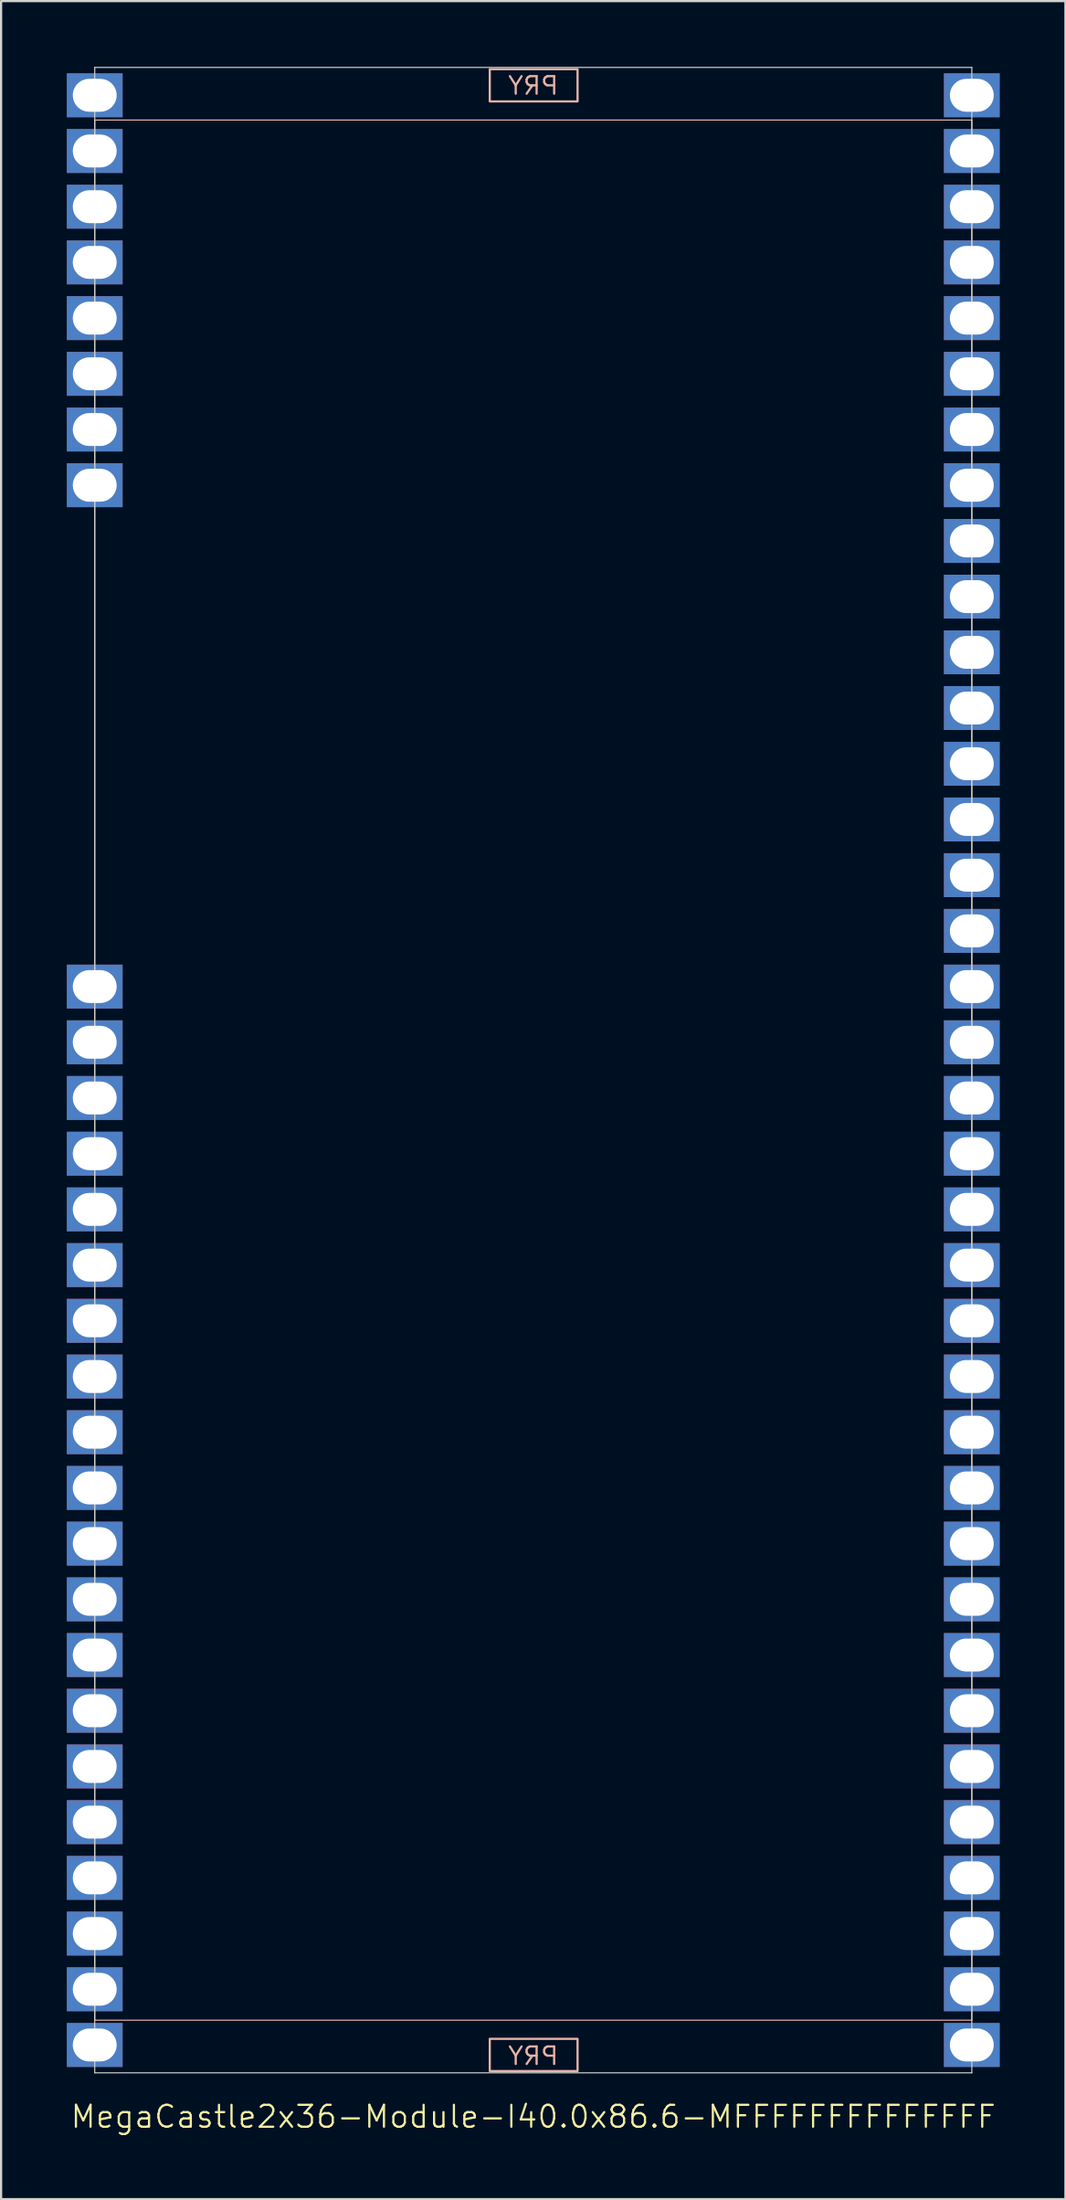
<source format=kicad_pcb>
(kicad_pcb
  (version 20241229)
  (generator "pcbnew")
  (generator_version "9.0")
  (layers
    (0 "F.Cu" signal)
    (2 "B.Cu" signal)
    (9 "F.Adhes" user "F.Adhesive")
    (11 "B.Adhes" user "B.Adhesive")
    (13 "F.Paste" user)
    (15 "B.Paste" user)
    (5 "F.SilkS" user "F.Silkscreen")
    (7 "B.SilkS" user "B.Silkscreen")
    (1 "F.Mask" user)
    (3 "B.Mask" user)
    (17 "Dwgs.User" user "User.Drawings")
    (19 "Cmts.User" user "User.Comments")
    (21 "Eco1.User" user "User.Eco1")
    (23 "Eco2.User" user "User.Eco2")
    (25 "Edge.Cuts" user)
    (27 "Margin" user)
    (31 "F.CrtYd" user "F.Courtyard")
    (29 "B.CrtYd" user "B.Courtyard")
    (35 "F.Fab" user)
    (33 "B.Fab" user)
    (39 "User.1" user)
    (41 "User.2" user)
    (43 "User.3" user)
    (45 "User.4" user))
  (footprint "MegaCastle2x36-Module-I40.0x86.6-MFFFFFFFFFFFFFF"
    (layer "F.Cu")
    (at 21.27 45.745)
    (property "Reference" "MegaCastle2x36-Module-I40.0x86.6-MFFFFFFFFFFFFFF" (at 0 47.72 0) (unlocked yes) (layer "F.SilkS") (effects (font (size 1 1) (thickness 0.1))))
    (attr smd)
    (fp_rect (start -20 43.32) (end 20 -43.32) (stroke (width 0.05) (type default)) (fill no) (layer "B.SilkS"))
    (fp_rect (start -1.984 -44.171) (end 2.02 -45.64) (stroke (width 0.1) (type default)) (fill no) (layer "B.SilkS"))
    (fp_rect (start -1.984 44.171) (end 2.02 45.64) (stroke (width 0.1) (type default)) (fill no) (layer "B.SilkS"))
    (fp_line (start -20 -45.72) (end -20 45.72) (stroke (width 0.05) (type default)) (layer "Edge.Cuts"))
    (fp_line (start -20 -45.72) (end 20 -45.72) (stroke (width 0.05) (type default)) (layer "Edge.Cuts"))
    (fp_line (start -20 45.72) (end 20 45.72) (stroke (width 0.05) (type default)) (layer "Edge.Cuts"))
    (fp_line (start 20 -45.72) (end 20 45.72) (stroke (width 0.05) (type default)) (layer "Edge.Cuts"))
    (fp_text user "PRY" (at 0 -44.42 0) (unlocked yes) (layer "B.SilkS") (effects (font (size 0.8 0.8) (thickness 0.1)) (justify bottom mirror)))
    (fp_text user "PRY" (at 0 45.42 0) (unlocked yes) (layer "B.SilkS") (effects (font (size 0.8 0.8) (thickness 0.1)) (justify bottom mirror)))
    (pad "1" thru_hole rect (at -20 -44.45) (size 2.54 2) (drill oval 2 1.5) (property pad_prop_castellated) (layers "*.Cu" "*.Mask"))
    (pad "2" thru_hole rect (at -20 -41.91) (size 2.54 2) (drill oval 2 1.5) (property pad_prop_castellated) (layers "*.Cu" "*.Mask"))
    (pad "3" thru_hole rect (at -20 -39.37) (size 2.54 2) (drill oval 2 1.5) (property pad_prop_castellated) (layers "*.Cu" "*.Mask"))
    (pad "4" thru_hole rect (at -20 -36.83) (size 2.54 2) (drill oval 2 1.5) (property pad_prop_castellated) (layers "*.Cu" "*.Mask"))
    (pad "5" thru_hole rect (at -20 -34.29) (size 2.54 2) (drill oval 2 1.5) (property pad_prop_castellated) (layers "*.Cu" "*.Mask"))
    (pad "6" thru_hole rect (at -20 -31.75) (size 2.54 2) (drill oval 2 1.5) (property pad_prop_castellated) (layers "*.Cu" "*.Mask"))
    (pad "7" thru_hole rect (at -20 -29.21) (size 2.54 2) (drill oval 2 1.5) (property pad_prop_castellated) (layers "*.Cu" "*.Mask"))
    (pad "8" thru_hole rect (at -20 -26.67) (size 2.54 2) (drill oval 2 1.5) (property pad_prop_castellated) (layers "*.Cu" "*.Mask"))
    (pad "17" thru_hole rect (at -20 -3.81) (size 2.54 2) (drill oval 2 1.5) (property pad_prop_castellated) (layers "*.Cu" "*.Mask"))
    (pad "18" thru_hole rect (at -20 -1.27) (size 2.54 2) (drill oval 2 1.5) (property pad_prop_castellated) (layers "*.Cu" "*.Mask"))
    (pad "19" thru_hole rect (at -20 1.27) (size 2.54 2) (drill oval 2 1.5) (property pad_prop_castellated) (layers "*.Cu" "*.Mask"))
    (pad "20" thru_hole rect (at -20 3.81) (size 2.54 2) (drill oval 2 1.5) (property pad_prop_castellated) (layers "*.Cu" "*.Mask"))
    (pad "21" thru_hole rect (at -20 6.35) (size 2.54 2) (drill oval 2 1.5) (property pad_prop_castellated) (layers "*.Cu" "*.Mask"))
    (pad "22" thru_hole rect (at -20 8.89) (size 2.54 2) (drill oval 2 1.5) (property pad_prop_castellated) (layers "*.Cu" "*.Mask"))
    (pad "23" thru_hole rect (at -20 11.43) (size 2.54 2) (drill oval 2 1.5) (property pad_prop_castellated) (layers "*.Cu" "*.Mask"))
    (pad "24" thru_hole rect (at -20 13.97) (size 2.54 2) (drill oval 2 1.5) (property pad_prop_castellated) (layers "*.Cu" "*.Mask"))
    (pad "25" thru_hole rect (at -20 16.51) (size 2.54 2) (drill oval 2 1.5) (property pad_prop_castellated) (layers "*.Cu" "*.Mask"))
    (pad "26" thru_hole rect (at -20 19.05) (size 2.54 2) (drill oval 2 1.5) (property pad_prop_castellated) (layers "*.Cu" "*.Mask"))
    (pad "27" thru_hole rect (at -20 21.59) (size 2.54 2) (drill oval 2 1.5) (property pad_prop_castellated) (layers "*.Cu" "*.Mask"))
    (pad "28" thru_hole rect (at -20 24.13) (size 2.54 2) (drill oval 2 1.5) (property pad_prop_castellated) (layers "*.Cu" "*.Mask"))
    (pad "29" thru_hole rect (at -20 26.67) (size 2.54 2) (drill oval 2 1.5) (property pad_prop_castellated) (layers "*.Cu" "*.Mask"))
    (pad "30" thru_hole rect (at -20 29.21) (size 2.54 2) (drill oval 2 1.5) (property pad_prop_castellated) (layers "*.Cu" "*.Mask"))
    (pad "31" thru_hole rect (at -20 31.75) (size 2.54 2) (drill oval 2 1.5) (property pad_prop_castellated) (layers "*.Cu" "*.Mask"))
    (pad "32" thru_hole rect (at -20 34.29) (size 2.54 2) (drill oval 2 1.5) (property pad_prop_castellated) (layers "*.Cu" "*.Mask"))
    (pad "33" thru_hole rect (at -20 36.83) (size 2.54 2) (drill oval 2 1.5) (property pad_prop_castellated) (layers "*.Cu" "*.Mask"))
    (pad "34" thru_hole rect (at -20 39.37) (size 2.54 2) (drill oval 2 1.5) (property pad_prop_castellated) (layers "*.Cu" "*.Mask"))
    (pad "35" thru_hole rect (at -20 41.91) (size 2.54 2) (drill oval 2 1.5) (property pad_prop_castellated) (layers "*.Cu" "*.Mask"))
    (pad "36" thru_hole rect (at -20 44.45) (size 2.54 2) (drill oval 2 1.5) (property pad_prop_castellated) (layers "*.Cu" "*.Mask"))
    (pad "37" thru_hole rect (at 20 -44.45) (size 2.54 2) (drill oval 2 1.5) (property pad_prop_castellated) (layers "*.Cu" "*.Mask"))
    (pad "38" thru_hole rect (at 20 -41.91) (size 2.54 2) (drill oval 2 1.5) (property pad_prop_castellated) (layers "*.Cu" "*.Mask"))
    (pad "39" thru_hole rect (at 20 -39.37) (size 2.54 2) (drill oval 2 1.5) (property pad_prop_castellated) (layers "*.Cu" "*.Mask"))
    (pad "40" thru_hole rect (at 20 -36.83) (size 2.54 2) (drill oval 2 1.5) (property pad_prop_castellated) (layers "*.Cu" "*.Mask"))
    (pad "41" thru_hole rect (at 20 -34.29) (size 2.54 2) (drill oval 2 1.5) (property pad_prop_castellated) (layers "*.Cu" "*.Mask"))
    (pad "42" thru_hole rect (at 20 -31.75) (size 2.54 2) (drill oval 2 1.5) (property pad_prop_castellated) (layers "*.Cu" "*.Mask"))
    (pad "43" thru_hole rect (at 20 -29.21) (size 2.54 2) (drill oval 2 1.5) (property pad_prop_castellated) (layers "*.Cu" "*.Mask"))
    (pad "44" thru_hole rect (at 20 -26.67) (size 2.54 2) (drill oval 2 1.5) (property pad_prop_castellated) (layers "*.Cu" "*.Mask"))
    (pad "45" thru_hole rect (at 20 -24.13) (size 2.54 2) (drill oval 2 1.5) (property pad_prop_castellated) (layers "*.Cu" "*.Mask"))
    (pad "46" thru_hole rect (at 20 -21.59) (size 2.54 2) (drill oval 2 1.5) (property pad_prop_castellated) (layers "*.Cu" "*.Mask"))
    (pad "47" thru_hole rect (at 20 -19.05) (size 2.54 2) (drill oval 2 1.5) (property pad_prop_castellated) (layers "*.Cu" "*.Mask"))
    (pad "48" thru_hole rect (at 20 -16.51) (size 2.54 2) (drill oval 2 1.5) (property pad_prop_castellated) (layers "*.Cu" "*.Mask"))
    (pad "49" thru_hole rect (at 20 -13.97) (size 2.54 2) (drill oval 2 1.5) (property pad_prop_castellated) (layers "*.Cu" "*.Mask"))
    (pad "50" thru_hole rect (at 20 -11.43) (size 2.54 2) (drill oval 2 1.5) (property pad_prop_castellated) (layers "*.Cu" "*.Mask"))
    (pad "51" thru_hole rect (at 20 -8.89) (size 2.54 2) (drill oval 2 1.5) (property pad_prop_castellated) (layers "*.Cu" "*.Mask"))
    (pad "52" thru_hole rect (at 20 -6.35) (size 2.54 2) (drill oval 2 1.5) (property pad_prop_castellated) (layers "*.Cu" "*.Mask"))
    (pad "53" thru_hole rect (at 20 -3.81) (size 2.54 2) (drill oval 2 1.5) (property pad_prop_castellated) (layers "*.Cu" "*.Mask"))
    (pad "54" thru_hole rect (at 20 -1.27) (size 2.54 2) (drill oval 2 1.5) (property pad_prop_castellated) (layers "*.Cu" "*.Mask"))
    (pad "55" thru_hole rect (at 20 1.27) (size 2.54 2) (drill oval 2 1.5) (property pad_prop_castellated) (layers "*.Cu" "*.Mask"))
    (pad "56" thru_hole rect (at 20 3.81) (size 2.54 2) (drill oval 2 1.5) (property pad_prop_castellated) (layers "*.Cu" "*.Mask"))
    (pad "57" thru_hole rect (at 20 6.35) (size 2.54 2) (drill oval 2 1.5) (property pad_prop_castellated) (layers "*.Cu" "*.Mask"))
    (pad "58" thru_hole rect (at 20 8.89) (size 2.54 2) (drill oval 2 1.5) (property pad_prop_castellated) (layers "*.Cu" "*.Mask"))
    (pad "59" thru_hole rect (at 20 11.43) (size 2.54 2) (drill oval 2 1.5) (property pad_prop_castellated) (layers "*.Cu" "*.Mask"))
    (pad "60" thru_hole rect (at 20 13.97) (size 2.54 2) (drill oval 2 1.5) (property pad_prop_castellated) (layers "*.Cu" "*.Mask"))
    (pad "61" thru_hole rect (at 20 16.51) (size 2.54 2) (drill oval 2 1.5) (property pad_prop_castellated) (layers "*.Cu" "*.Mask"))
    (pad "62" thru_hole rect (at 20 19.05) (size 2.54 2) (drill oval 2 1.5) (property pad_prop_castellated) (layers "*.Cu" "*.Mask"))
    (pad "63" thru_hole rect (at 20 21.59) (size 2.54 2) (drill oval 2 1.5) (property pad_prop_castellated) (layers "*.Cu" "*.Mask"))
    (pad "64" thru_hole rect (at 20 24.13) (size 2.54 2) (drill oval 2 1.5) (property pad_prop_castellated) (layers "*.Cu" "*.Mask"))
    (pad "65" thru_hole rect (at 20 26.67) (size 2.54 2) (drill oval 2 1.5) (property pad_prop_castellated) (layers "*.Cu" "*.Mask"))
    (pad "66" thru_hole rect (at 20 29.21) (size 2.54 2) (drill oval 2 1.5) (property pad_prop_castellated) (layers "*.Cu" "*.Mask"))
    (pad "67" thru_hole rect (at 20 31.75) (size 2.54 2) (drill oval 2 1.5) (property pad_prop_castellated) (layers "*.Cu" "*.Mask"))
    (pad "68" thru_hole rect (at 20 34.29) (size 2.54 2) (drill oval 2 1.5) (property pad_prop_castellated) (layers "*.Cu" "*.Mask"))
    (pad "69" thru_hole rect (at 20 36.83) (size 2.54 2) (drill oval 2 1.5) (property pad_prop_castellated) (layers "*.Cu" "*.Mask"))
    (pad "70" thru_hole rect (at 20 39.37) (size 2.54 2) (drill oval 2 1.5) (property pad_prop_castellated) (layers "*.Cu" "*.Mask"))
    (pad "71" thru_hole rect (at 20 41.91) (size 2.54 2) (drill oval 2 1.5) (property pad_prop_castellated) (layers "*.Cu" "*.Mask"))
    (pad "72" thru_hole rect (at 20 44.45) (size 2.54 2) (drill oval 2 1.5) (property pad_prop_castellated) (layers "*.Cu" "*.Mask"))
    (zone (net_name "") (layer "B.Cu") (hatch edge 0.5) (connect_pads) (min_thickness 0.25) (filled_areas_thickness no) (keepout (tracks allowed) (vias allowed) (pads allowed) (copperpour allowed) (footprints not_allowed)) (placement (enabled no)) (fill) (polygon (pts (xy 1.27 91.465) (xy 1.27 0.025))))
    (zone (net_name "") (layer "B.Cu") (hatch edge 0.5) (connect_pads) (min_thickness 0.25) (filled_areas_thickness no) (keepout (tracks allowed) (vias allowed) (pads allowed) (copperpour allowed) (footprints not_allowed)) (placement (enabled no)) (fill) (polygon (pts (xy 41.27 91.465) (xy 41.27 0.025))))
    (zone (net_name "") (layer "B.Cu") (hatch edge 0.5) (connect_pads) (min_thickness 0.25) (filled_areas_thickness no) (keepout (tracks allowed) (vias allowed) (pads allowed) (copperpour allowed) (footprints not_allowed)) (placement (enabled no)) (fill) (polygon (pts (xy 1.27 0.025) (xy 1.27 2.425) (xy 41.27 2.425) (xy 41.27 0.025))))
    (zone (net_name "") (layer "B.Cu") (hatch edge 0.5) (connect_pads) (min_thickness 0.25) (filled_areas_thickness no) (keepout (tracks allowed) (vias allowed) (pads allowed) (copperpour allowed) (footprints not_allowed)) (placement (enabled no)) (fill) (polygon (pts (xy 1.27 91.465) (xy 1.27 89.065) (xy 41.27 89.065) (xy 41.27 91.465))))
    (zone (net_name "") (layer "B.Cu") (name "Upper Pry Zone") (hatch edge 0.5) (connect_pads) (min_thickness 0.25) (filled_areas_thickness no) (keepout (tracks not_allowed) (vias not_allowed) (pads not_allowed) (copperpour allowed) (footprints not_allowed)) (placement (enabled no)) (fill) (polygon (pts (xy 19.286 1.574) (xy 19.286 0.105) (xy 23.29 0.105) (xy 23.29 1.574))))
    (zone (net_name "") (layer "B.Cu") (name "Upper Pry Zone") (hatch edge 0.5) (connect_pads) (min_thickness 0.25) (filled_areas_thickness no) (keepout (tracks not_allowed) (vias not_allowed) (pads not_allowed) (copperpour allowed) (footprints not_allowed)) (placement (enabled no)) (fill) (polygon (pts (xy 19.286 89.916) (xy 19.286 91.385) (xy 23.29 91.385) (xy 23.29 89.916)))))
  (gr_rect
    (start -3 -3)
    (end 45.54 97.226)
    (stroke (width 0.1) (type default))
    (fill no)
    (layer "Edge.Cuts")))
</source>
